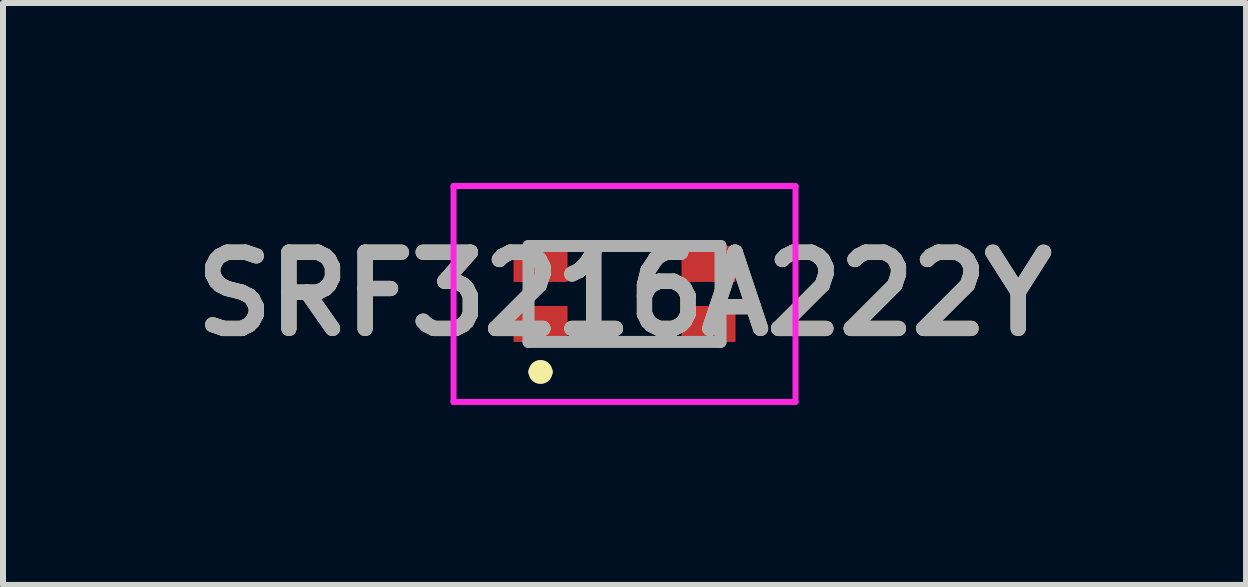
<source format=kicad_pcb>
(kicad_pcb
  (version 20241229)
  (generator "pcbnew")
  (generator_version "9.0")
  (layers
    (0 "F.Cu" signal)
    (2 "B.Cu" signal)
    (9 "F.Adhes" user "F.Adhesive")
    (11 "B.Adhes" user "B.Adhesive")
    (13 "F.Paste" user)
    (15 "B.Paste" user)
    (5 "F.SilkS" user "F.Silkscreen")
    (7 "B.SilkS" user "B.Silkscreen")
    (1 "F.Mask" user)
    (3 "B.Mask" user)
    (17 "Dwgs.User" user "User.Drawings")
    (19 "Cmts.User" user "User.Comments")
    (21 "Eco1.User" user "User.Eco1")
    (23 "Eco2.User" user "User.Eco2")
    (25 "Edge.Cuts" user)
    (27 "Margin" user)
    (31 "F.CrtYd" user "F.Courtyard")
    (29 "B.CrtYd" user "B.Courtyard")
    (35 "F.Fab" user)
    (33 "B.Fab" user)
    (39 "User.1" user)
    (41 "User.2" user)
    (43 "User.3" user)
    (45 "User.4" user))
  (footprint "SRF3216A222Y"
    (layer "F.Cu")
    (at 7.36 1.85)
    (property "Reference" "SRF3216A222Y" (at 0 0 0) (layer "F.SilkS") (effects (font (size 1.27 1.27) (thickness 0.254))))
    (attr smd)
    (fp_line (start -1.5 1.3) (end -1.5 1.3) (stroke (width 0.2) (type solid)) (layer "F.SilkS"))
    (fp_line (start -1.3 1.3) (end -1.3 1.3) (stroke (width 0.2) (type solid)) (layer "F.SilkS"))
    (fp_line (start -0.7 -0.8) (end 0.7 -0.8) (stroke (width 0.1) (type solid)) (layer "F.SilkS"))
    (fp_line (start -0.7 0.8) (end 0.7 0.8) (stroke (width 0.1) (type solid)) (layer "F.SilkS"))
    (fp_arc (start -1.5 1.3) (mid -1.4 1.2) (end -1.3 1.3) (stroke (width 0.2) (type solid)) (layer "F.SilkS"))
    (fp_arc (start -1.3 1.3) (mid -1.4 1.4) (end -1.5 1.3) (stroke (width 0.2) (type solid)) (layer "F.SilkS"))
    (fp_line (start -2.85 -1.8) (end 2.85 -1.8) (stroke (width 0.1) (type solid)) (layer "F.CrtYd"))
    (fp_line (start -2.85 1.8) (end -2.85 -1.8) (stroke (width 0.1) (type solid)) (layer "F.CrtYd"))
    (fp_line (start 2.85 -1.8) (end 2.85 1.8) (stroke (width 0.1) (type solid)) (layer "F.CrtYd"))
    (fp_line (start 2.85 1.8) (end -2.85 1.8) (stroke (width 0.1) (type solid)) (layer "F.CrtYd"))
    (fp_line (start -1.6 -0.8) (end 1.6 -0.8) (stroke (width 0.2) (type solid)) (layer "F.Fab"))
    (fp_line (start -1.6 0.8) (end -1.6 -0.8) (stroke (width 0.2) (type solid)) (layer "F.Fab"))
    (fp_line (start 1.6 -0.8) (end 1.6 0.8) (stroke (width 0.2) (type solid)) (layer "F.Fab"))
    (fp_line (start 1.6 0.8) (end -1.6 0.8) (stroke (width 0.2) (type solid)) (layer "F.Fab"))
    (fp_text user "${REFERENCE}" (at 0 0 0) (layer "F.Fab") (effects (font (size 1.27 1.27) (thickness 0.254))))
    (pad "1" smd rect (at -1.4 0.5 90) (size 0.6 0.9) (layers "F.Cu" "F.Mask" "F.Paste"))
    (pad "2" smd rect (at 1.4 0.5 90) (size 0.6 0.9) (layers "F.Cu" "F.Mask" "F.Paste"))
    (pad "3" smd rect (at 1.4 -0.5 90) (size 0.6 0.9) (layers "F.Cu" "F.Mask" "F.Paste"))
    (pad "4" smd rect (at -1.4 -0.5 90) (size 0.6 0.9) (layers "F.Cu" "F.Mask" "F.Paste")))
  (gr_rect
    (start -3 -3)
    (end 17.72 6.7)
    (stroke (width 0.1) (type default))
    (fill no)
    (layer "Edge.Cuts")))
</source>
